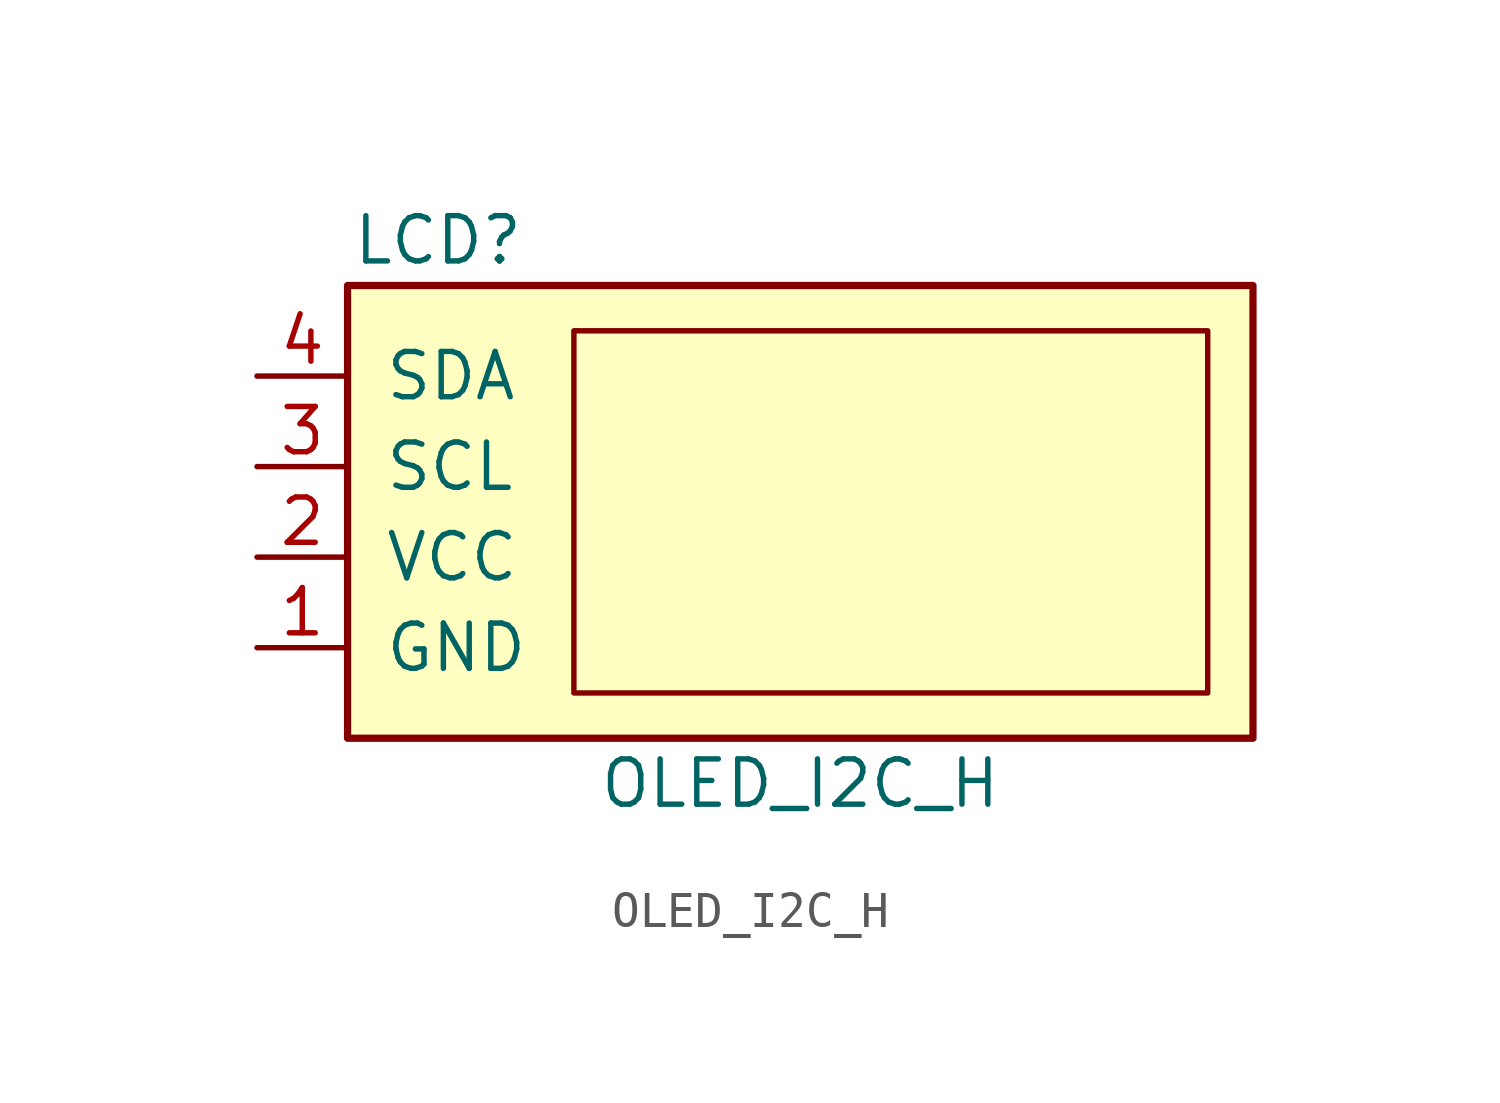
<source format=kicad_sym>
(kicad_symbol_lib
  (version 20211014)
  (generator kicad_symbol_editor)
  (symbol "OLED_I2C_H"
    (pin_names
      (offset 1.016))
    (property "Reference" "LCD"
      (at -10.16 7.62 0)
      (effects (font (size 1.27 1.27))))
    (property "Value" "OLED_I2C_H"
      (at 0 -7.62 0)
      (effects (font (size 1.27 1.27))))
    (symbol "OLED_I2C_H_0_1"
      (rectangle (start -12.7 6.35) (end 12.7 -6.35) (stroke (width 0.203) (type default) (color 0 0 0 0)) (fill (type background)))
      (rectangle (start -6.35 5.08) (end 11.43 -5.08) (stroke (width 0) (type default) (color 0 0 0 0)) (fill (type none))))
    (symbol "OLED_I2C_H_1_1"
      (pin power_in line (at -15.24 -3.81 0) (length 2.54) (name "GND" (effects (font (size 1.27 1.27)))) (number "1" (effects (font (size 1.27 1.27)))))
      (pin power_in line (at -15.24 -1.27 0) (length 2.54) (name "VCC" (effects (font (size 1.27 1.27)))) (number "2" (effects (font (size 1.27 1.27)))))
      (pin passive line (at -15.24 1.27 0) (length 2.54) (name "SCL" (effects (font (size 1.27 1.27)))) (number "3" (effects (font (size 1.27 1.27)))))
      (pin passive line (at -15.24 3.81 0) (length 2.54) (name "SDA" (effects (font (size 1.27 1.27)))) (number "4" (effects (font (size 1.27 1.27))))))))
</source>
